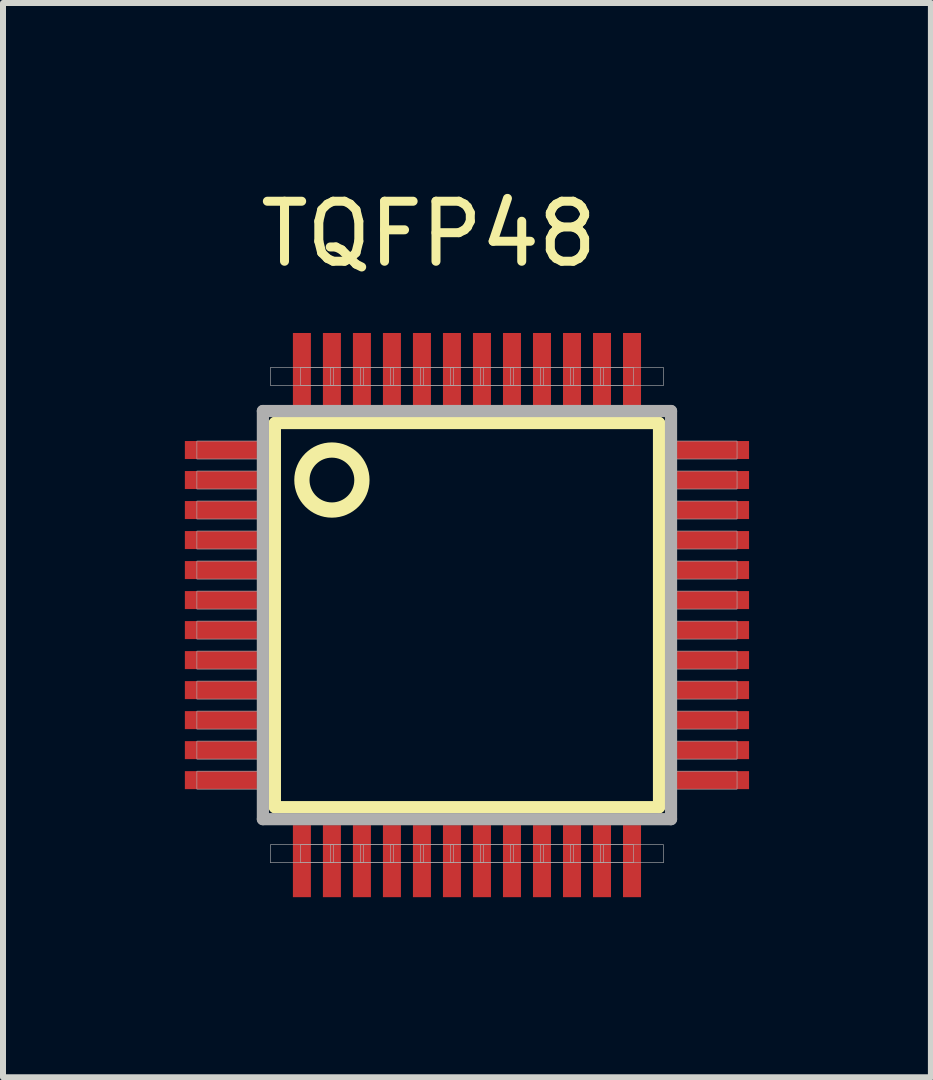
<source format=kicad_pcb>
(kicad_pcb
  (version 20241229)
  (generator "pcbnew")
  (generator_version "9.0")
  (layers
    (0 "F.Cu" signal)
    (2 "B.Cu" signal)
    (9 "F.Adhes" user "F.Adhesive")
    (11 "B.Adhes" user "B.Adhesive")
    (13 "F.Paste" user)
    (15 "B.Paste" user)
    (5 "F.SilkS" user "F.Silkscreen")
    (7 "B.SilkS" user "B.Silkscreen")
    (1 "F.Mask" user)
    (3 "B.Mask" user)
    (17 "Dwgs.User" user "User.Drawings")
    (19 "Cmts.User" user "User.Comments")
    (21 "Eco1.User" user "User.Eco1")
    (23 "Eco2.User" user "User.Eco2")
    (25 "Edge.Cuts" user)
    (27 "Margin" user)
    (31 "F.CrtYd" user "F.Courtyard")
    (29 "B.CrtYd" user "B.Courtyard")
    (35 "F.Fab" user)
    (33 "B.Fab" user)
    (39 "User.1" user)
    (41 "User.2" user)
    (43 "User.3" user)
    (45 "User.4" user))
  (footprint "TQFP48"
    (layer "F.Cu")
    (at 4.73 7.198)
    (property "Reference" "TQFP48" (at -0.635 -6.35 0) (layer "F.SilkS") (effects (font (size 1 1) (thickness 0.15))))
    (attr smd)
    (fp_poly (pts (xy -4.725 -2.925) (xy -3.475 -2.925) (xy -3.475 -2.575) (xy -4.725 -2.575)) (stroke (width 0.01) (type solid)) (fill yes) (layer "F.Mask"))
    (fp_poly (pts (xy -4.725 -2.425) (xy -3.475 -2.425) (xy -3.475 -2.075) (xy -4.725 -2.075)) (stroke (width 0.01) (type solid)) (fill yes) (layer "F.Mask"))
    (fp_poly (pts (xy -4.725 -1.925) (xy -3.475 -1.925) (xy -3.475 -1.575) (xy -4.725 -1.575)) (stroke (width 0.01) (type solid)) (fill yes) (layer "F.Mask"))
    (fp_poly (pts (xy -4.725 -1.425) (xy -3.475 -1.425) (xy -3.475 -1.075) (xy -4.725 -1.075)) (stroke (width 0.01) (type solid)) (fill yes) (layer "F.Mask"))
    (fp_poly (pts (xy -4.725 -0.925) (xy -3.475 -0.925) (xy -3.475 -0.575) (xy -4.725 -0.575)) (stroke (width 0.01) (type solid)) (fill yes) (layer "F.Mask"))
    (fp_poly (pts (xy -4.725 -0.425) (xy -3.475 -0.425) (xy -3.475 -0.075) (xy -4.725 -0.075)) (stroke (width 0.01) (type solid)) (fill yes) (layer "F.Mask"))
    (fp_poly (pts (xy -4.725 0.075) (xy -3.475 0.075) (xy -3.475 0.425) (xy -4.725 0.425)) (stroke (width 0.01) (type solid)) (fill yes) (layer "F.Mask"))
    (fp_poly (pts (xy -4.725 0.575) (xy -3.475 0.575) (xy -3.475 0.925) (xy -4.725 0.925)) (stroke (width 0.01) (type solid)) (fill yes) (layer "F.Mask"))
    (fp_poly (pts (xy -4.725 1.075) (xy -3.475 1.075) (xy -3.475 1.425) (xy -4.725 1.425)) (stroke (width 0.01) (type solid)) (fill yes) (layer "F.Mask"))
    (fp_poly (pts (xy -4.725 1.575) (xy -3.475 1.575) (xy -3.475 1.925) (xy -4.725 1.925)) (stroke (width 0.01) (type solid)) (fill yes) (layer "F.Mask"))
    (fp_poly (pts (xy -4.725 2.075) (xy -3.475 2.075) (xy -3.475 2.425) (xy -4.725 2.425)) (stroke (width 0.01) (type solid)) (fill yes) (layer "F.Mask"))
    (fp_poly (pts (xy -4.725 2.575) (xy -3.475 2.575) (xy -3.475 2.925) (xy -4.725 2.925)) (stroke (width 0.01) (type solid)) (fill yes) (layer "F.Mask"))
    (fp_poly (pts (xy -3.375 -4.275) (xy -2.125 -4.275) (xy -2.125 -3.925) (xy -3.375 -3.925)) (stroke (width 0.01) (type solid)) (fill yes) (layer "F.Mask"))
    (fp_poly (pts (xy -3.375 3.925) (xy -2.125 3.925) (xy -2.125 4.275) (xy -3.375 4.275)) (stroke (width 0.01) (type solid)) (fill yes) (layer "F.Mask"))
    (fp_poly (pts (xy -2.875 -4.275) (xy -1.625 -4.275) (xy -1.625 -3.925) (xy -2.875 -3.925)) (stroke (width 0.01) (type solid)) (fill yes) (layer "F.Mask"))
    (fp_poly (pts (xy -2.875 3.925) (xy -1.625 3.925) (xy -1.625 4.275) (xy -2.875 4.275)) (stroke (width 0.01) (type solid)) (fill yes) (layer "F.Mask"))
    (fp_poly (pts (xy -2.375 -4.275) (xy -1.125 -4.275) (xy -1.125 -3.925) (xy -2.375 -3.925)) (stroke (width 0.01) (type solid)) (fill yes) (layer "F.Mask"))
    (fp_poly (pts (xy -2.375 3.925) (xy -1.125 3.925) (xy -1.125 4.275) (xy -2.375 4.275)) (stroke (width 0.01) (type solid)) (fill yes) (layer "F.Mask"))
    (fp_poly (pts (xy -1.875 -4.275) (xy -0.625 -4.275) (xy -0.625 -3.925) (xy -1.875 -3.925)) (stroke (width 0.01) (type solid)) (fill yes) (layer "F.Mask"))
    (fp_poly (pts (xy -1.875 3.925) (xy -0.625 3.925) (xy -0.625 4.275) (xy -1.875 4.275)) (stroke (width 0.01) (type solid)) (fill yes) (layer "F.Mask"))
    (fp_poly (pts (xy -1.375 -4.275) (xy -0.125 -4.275) (xy -0.125 -3.925) (xy -1.375 -3.925)) (stroke (width 0.01) (type solid)) (fill yes) (layer "F.Mask"))
    (fp_poly (pts (xy -1.375 3.925) (xy -0.125 3.925) (xy -0.125 4.275) (xy -1.375 4.275)) (stroke (width 0.01) (type solid)) (fill yes) (layer "F.Mask"))
    (fp_poly (pts (xy -0.875 -4.275) (xy 0.375 -4.275) (xy 0.375 -3.925) (xy -0.875 -3.925)) (stroke (width 0.01) (type solid)) (fill yes) (layer "F.Mask"))
    (fp_poly (pts (xy -0.875 3.925) (xy 0.375 3.925) (xy 0.375 4.275) (xy -0.875 4.275)) (stroke (width 0.01) (type solid)) (fill yes) (layer "F.Mask"))
    (fp_poly (pts (xy -0.375 -4.275) (xy 0.875 -4.275) (xy 0.875 -3.925) (xy -0.375 -3.925)) (stroke (width 0.01) (type solid)) (fill yes) (layer "F.Mask"))
    (fp_poly (pts (xy -0.375 3.925) (xy 0.875 3.925) (xy 0.875 4.275) (xy -0.375 4.275)) (stroke (width 0.01) (type solid)) (fill yes) (layer "F.Mask"))
    (fp_poly (pts (xy 0.125 -4.275) (xy 1.375 -4.275) (xy 1.375 -3.925) (xy 0.125 -3.925)) (stroke (width 0.01) (type solid)) (fill yes) (layer "F.Mask"))
    (fp_poly (pts (xy 0.125 3.925) (xy 1.375 3.925) (xy 1.375 4.275) (xy 0.125 4.275)) (stroke (width 0.01) (type solid)) (fill yes) (layer "F.Mask"))
    (fp_poly (pts (xy 0.625 -4.275) (xy 1.875 -4.275) (xy 1.875 -3.925) (xy 0.625 -3.925)) (stroke (width 0.01) (type solid)) (fill yes) (layer "F.Mask"))
    (fp_poly (pts (xy 0.625 3.925) (xy 1.875 3.925) (xy 1.875 4.275) (xy 0.625 4.275)) (stroke (width 0.01) (type solid)) (fill yes) (layer "F.Mask"))
    (fp_poly (pts (xy 1.125 -4.275) (xy 2.375 -4.275) (xy 2.375 -3.925) (xy 1.125 -3.925)) (stroke (width 0.01) (type solid)) (fill yes) (layer "F.Mask"))
    (fp_poly (pts (xy 1.125 3.925) (xy 2.375 3.925) (xy 2.375 4.275) (xy 1.125 4.275)) (stroke (width 0.01) (type solid)) (fill yes) (layer "F.Mask"))
    (fp_poly (pts (xy 1.625 -4.275) (xy 2.875 -4.275) (xy 2.875 -3.925) (xy 1.625 -3.925)) (stroke (width 0.01) (type solid)) (fill yes) (layer "F.Mask"))
    (fp_poly (pts (xy 1.625 3.925) (xy 2.875 3.925) (xy 2.875 4.275) (xy 1.625 4.275)) (stroke (width 0.01) (type solid)) (fill yes) (layer "F.Mask"))
    (fp_poly (pts (xy 2.125 -4.275) (xy 3.375 -4.275) (xy 3.375 -3.925) (xy 2.125 -3.925)) (stroke (width 0.01) (type solid)) (fill yes) (layer "F.Mask"))
    (fp_poly (pts (xy 2.125 3.925) (xy 3.375 3.925) (xy 3.375 4.275) (xy 2.125 4.275)) (stroke (width 0.01) (type solid)) (fill yes) (layer "F.Mask"))
    (fp_poly (pts (xy 3.475 -2.925) (xy 4.725 -2.925) (xy 4.725 -2.575) (xy 3.475 -2.575)) (stroke (width 0.01) (type solid)) (fill yes) (layer "F.Mask"))
    (fp_poly (pts (xy 3.475 -2.425) (xy 4.725 -2.425) (xy 4.725 -2.075) (xy 3.475 -2.075)) (stroke (width 0.01) (type solid)) (fill yes) (layer "F.Mask"))
    (fp_poly (pts (xy 3.475 -1.925) (xy 4.725 -1.925) (xy 4.725 -1.575) (xy 3.475 -1.575)) (stroke (width 0.01) (type solid)) (fill yes) (layer "F.Mask"))
    (fp_poly (pts (xy 3.475 -1.425) (xy 4.725 -1.425) (xy 4.725 -1.075) (xy 3.475 -1.075)) (stroke (width 0.01) (type solid)) (fill yes) (layer "F.Mask"))
    (fp_poly (pts (xy 3.475 -0.925) (xy 4.725 -0.925) (xy 4.725 -0.575) (xy 3.475 -0.575)) (stroke (width 0.01) (type solid)) (fill yes) (layer "F.Mask"))
    (fp_poly (pts (xy 3.475 -0.425) (xy 4.725 -0.425) (xy 4.725 -0.075) (xy 3.475 -0.075)) (stroke (width 0.01) (type solid)) (fill yes) (layer "F.Mask"))
    (fp_poly (pts (xy 3.475 0.075) (xy 4.725 0.075) (xy 4.725 0.425) (xy 3.475 0.425)) (stroke (width 0.01) (type solid)) (fill yes) (layer "F.Mask"))
    (fp_poly (pts (xy 3.475 0.575) (xy 4.725 0.575) (xy 4.725 0.925) (xy 3.475 0.925)) (stroke (width 0.01) (type solid)) (fill yes) (layer "F.Mask"))
    (fp_poly (pts (xy 3.475 1.075) (xy 4.725 1.075) (xy 4.725 1.425) (xy 3.475 1.425)) (stroke (width 0.01) (type solid)) (fill yes) (layer "F.Mask"))
    (fp_poly (pts (xy 3.475 1.575) (xy 4.725 1.575) (xy 4.725 1.925) (xy 3.475 1.925)) (stroke (width 0.01) (type solid)) (fill yes) (layer "F.Mask"))
    (fp_poly (pts (xy 3.475 2.075) (xy 4.725 2.075) (xy 4.725 2.425) (xy 3.475 2.425)) (stroke (width 0.01) (type solid)) (fill yes) (layer "F.Mask"))
    (fp_poly (pts (xy 3.475 2.575) (xy 4.725 2.575) (xy 4.725 2.925) (xy 3.475 2.925)) (stroke (width 0.01) (type solid)) (fill yes) (layer "F.Mask"))
    (fp_line (start -3.2 -3.2) (end 3.2 -3.2) (stroke (width 0.203) (type solid)) (layer "F.SilkS"))
    (fp_line (start -3.2 3.2) (end -3.2 -3.2) (stroke (width 0.203) (type solid)) (layer "F.SilkS"))
    (fp_line (start 3.2 -3.2) (end 3.2 3.2) (stroke (width 0.203) (type solid)) (layer "F.SilkS"))
    (fp_line (start 3.2 3.2) (end -3.2 3.2) (stroke (width 0.203) (type solid)) (layer "F.SilkS"))
    (fp_circle (center -2.25 -2.25) (end -1.75 -2.25) (stroke (width 0.254) (type solid)) (fill no) (layer "F.SilkS"))
    (fp_poly (pts (xy -4.675 -2.875) (xy -3.525 -2.875) (xy -3.525 -2.625) (xy -4.675 -2.625)) (stroke (width 0.01) (type solid)) (fill yes) (layer "F.Paste"))
    (fp_poly (pts (xy -4.675 -2.375) (xy -3.525 -2.375) (xy -3.525 -2.125) (xy -4.675 -2.125)) (stroke (width 0.01) (type solid)) (fill yes) (layer "F.Paste"))
    (fp_poly (pts (xy -4.675 -1.875) (xy -3.525 -1.875) (xy -3.525 -1.625) (xy -4.675 -1.625)) (stroke (width 0.01) (type solid)) (fill yes) (layer "F.Paste"))
    (fp_poly (pts (xy -4.675 -1.375) (xy -3.525 -1.375) (xy -3.525 -1.125) (xy -4.675 -1.125)) (stroke (width 0.01) (type solid)) (fill yes) (layer "F.Paste"))
    (fp_poly (pts (xy -4.675 -0.875) (xy -3.525 -0.875) (xy -3.525 -0.625) (xy -4.675 -0.625)) (stroke (width 0.01) (type solid)) (fill yes) (layer "F.Paste"))
    (fp_poly (pts (xy -4.675 -0.375) (xy -3.525 -0.375) (xy -3.525 -0.125) (xy -4.675 -0.125)) (stroke (width 0.01) (type solid)) (fill yes) (layer "F.Paste"))
    (fp_poly (pts (xy -4.675 0.125) (xy -3.525 0.125) (xy -3.525 0.375) (xy -4.675 0.375)) (stroke (width 0.01) (type solid)) (fill yes) (layer "F.Paste"))
    (fp_poly (pts (xy -4.675 0.625) (xy -3.525 0.625) (xy -3.525 0.875) (xy -4.675 0.875)) (stroke (width 0.01) (type solid)) (fill yes) (layer "F.Paste"))
    (fp_poly (pts (xy -4.675 1.125) (xy -3.525 1.125) (xy -3.525 1.375) (xy -4.675 1.375)) (stroke (width 0.01) (type solid)) (fill yes) (layer "F.Paste"))
    (fp_poly (pts (xy -4.675 1.625) (xy -3.525 1.625) (xy -3.525 1.875) (xy -4.675 1.875)) (stroke (width 0.01) (type solid)) (fill yes) (layer "F.Paste"))
    (fp_poly (pts (xy -4.675 2.125) (xy -3.525 2.125) (xy -3.525 2.375) (xy -4.675 2.375)) (stroke (width 0.01) (type solid)) (fill yes) (layer "F.Paste"))
    (fp_poly (pts (xy -4.675 2.625) (xy -3.525 2.625) (xy -3.525 2.875) (xy -4.675 2.875)) (stroke (width 0.01) (type solid)) (fill yes) (layer "F.Paste"))
    (fp_poly (pts (xy -3.325 -4.225) (xy -2.175 -4.225) (xy -2.175 -3.975) (xy -3.325 -3.975)) (stroke (width 0.01) (type solid)) (fill yes) (layer "F.Paste"))
    (fp_poly (pts (xy -3.325 3.975) (xy -2.175 3.975) (xy -2.175 4.225) (xy -3.325 4.225)) (stroke (width 0.01) (type solid)) (fill yes) (layer "F.Paste"))
    (fp_poly (pts (xy -2.825 -4.225) (xy -1.675 -4.225) (xy -1.675 -3.975) (xy -2.825 -3.975)) (stroke (width 0.01) (type solid)) (fill yes) (layer "F.Paste"))
    (fp_poly (pts (xy -2.825 3.975) (xy -1.675 3.975) (xy -1.675 4.225) (xy -2.825 4.225)) (stroke (width 0.01) (type solid)) (fill yes) (layer "F.Paste"))
    (fp_poly (pts (xy -2.325 -4.225) (xy -1.175 -4.225) (xy -1.175 -3.975) (xy -2.325 -3.975)) (stroke (width 0.01) (type solid)) (fill yes) (layer "F.Paste"))
    (fp_poly (pts (xy -2.325 3.975) (xy -1.175 3.975) (xy -1.175 4.225) (xy -2.325 4.225)) (stroke (width 0.01) (type solid)) (fill yes) (layer "F.Paste"))
    (fp_poly (pts (xy -1.825 -4.225) (xy -0.675 -4.225) (xy -0.675 -3.975) (xy -1.825 -3.975)) (stroke (width 0.01) (type solid)) (fill yes) (layer "F.Paste"))
    (fp_poly (pts (xy -1.825 3.975) (xy -0.675 3.975) (xy -0.675 4.225) (xy -1.825 4.225)) (stroke (width 0.01) (type solid)) (fill yes) (layer "F.Paste"))
    (fp_poly (pts (xy -1.325 -4.225) (xy -0.175 -4.225) (xy -0.175 -3.975) (xy -1.325 -3.975)) (stroke (width 0.01) (type solid)) (fill yes) (layer "F.Paste"))
    (fp_poly (pts (xy -1.325 3.975) (xy -0.175 3.975) (xy -0.175 4.225) (xy -1.325 4.225)) (stroke (width 0.01) (type solid)) (fill yes) (layer "F.Paste"))
    (fp_poly (pts (xy -0.95 -0.95) (xy 0.95 -0.95) (xy 0.95 0.95) (xy -0.95 0.95)) (stroke (width 0.01) (type solid)) (fill yes) (layer "F.Paste"))
    (fp_poly (pts (xy -0.825 -4.225) (xy 0.325 -4.225) (xy 0.325 -3.975) (xy -0.825 -3.975)) (stroke (width 0.01) (type solid)) (fill yes) (layer "F.Paste"))
    (fp_poly (pts (xy -0.825 3.975) (xy 0.325 3.975) (xy 0.325 4.225) (xy -0.825 4.225)) (stroke (width 0.01) (type solid)) (fill yes) (layer "F.Paste"))
    (fp_poly (pts (xy -0.325 -4.225) (xy 0.825 -4.225) (xy 0.825 -3.975) (xy -0.325 -3.975)) (stroke (width 0.01) (type solid)) (fill yes) (layer "F.Paste"))
    (fp_poly (pts (xy -0.325 3.975) (xy 0.825 3.975) (xy 0.825 4.225) (xy -0.325 4.225)) (stroke (width 0.01) (type solid)) (fill yes) (layer "F.Paste"))
    (fp_poly (pts (xy 0.175 -4.225) (xy 1.325 -4.225) (xy 1.325 -3.975) (xy 0.175 -3.975)) (stroke (width 0.01) (type solid)) (fill yes) (layer "F.Paste"))
    (fp_poly (pts (xy 0.175 3.975) (xy 1.325 3.975) (xy 1.325 4.225) (xy 0.175 4.225)) (stroke (width 0.01) (type solid)) (fill yes) (layer "F.Paste"))
    (fp_poly (pts (xy 0.675 -4.225) (xy 1.825 -4.225) (xy 1.825 -3.975) (xy 0.675 -3.975)) (stroke (width 0.01) (type solid)) (fill yes) (layer "F.Paste"))
    (fp_poly (pts (xy 0.675 3.975) (xy 1.825 3.975) (xy 1.825 4.225) (xy 0.675 4.225)) (stroke (width 0.01) (type solid)) (fill yes) (layer "F.Paste"))
    (fp_poly (pts (xy 1.175 -4.225) (xy 2.325 -4.225) (xy 2.325 -3.975) (xy 1.175 -3.975)) (stroke (width 0.01) (type solid)) (fill yes) (layer "F.Paste"))
    (fp_poly (pts (xy 1.175 3.975) (xy 2.325 3.975) (xy 2.325 4.225) (xy 1.175 4.225)) (stroke (width 0.01) (type solid)) (fill yes) (layer "F.Paste"))
    (fp_poly (pts (xy 1.675 -4.225) (xy 2.825 -4.225) (xy 2.825 -3.975) (xy 1.675 -3.975)) (stroke (width 0.01) (type solid)) (fill yes) (layer "F.Paste"))
    (fp_poly (pts (xy 1.675 3.975) (xy 2.825 3.975) (xy 2.825 4.225) (xy 1.675 4.225)) (stroke (width 0.01) (type solid)) (fill yes) (layer "F.Paste"))
    (fp_poly (pts (xy 2.175 -4.225) (xy 3.325 -4.225) (xy 3.325 -3.975) (xy 2.175 -3.975)) (stroke (width 0.01) (type solid)) (fill yes) (layer "F.Paste"))
    (fp_poly (pts (xy 2.175 3.975) (xy 3.325 3.975) (xy 3.325 4.225) (xy 2.175 4.225)) (stroke (width 0.01) (type solid)) (fill yes) (layer "F.Paste"))
    (fp_poly (pts (xy 3.525 -2.875) (xy 4.675 -2.875) (xy 4.675 -2.625) (xy 3.525 -2.625)) (stroke (width 0.01) (type solid)) (fill yes) (layer "F.Paste"))
    (fp_poly (pts (xy 3.525 -2.375) (xy 4.675 -2.375) (xy 4.675 -2.125) (xy 3.525 -2.125)) (stroke (width 0.01) (type solid)) (fill yes) (layer "F.Paste"))
    (fp_poly (pts (xy 3.525 -1.875) (xy 4.675 -1.875) (xy 4.675 -1.625) (xy 3.525 -1.625)) (stroke (width 0.01) (type solid)) (fill yes) (layer "F.Paste"))
    (fp_poly (pts (xy 3.525 -1.375) (xy 4.675 -1.375) (xy 4.675 -1.125) (xy 3.525 -1.125)) (stroke (width 0.01) (type solid)) (fill yes) (layer "F.Paste"))
    (fp_poly (pts (xy 3.525 -0.875) (xy 4.675 -0.875) (xy 4.675 -0.625) (xy 3.525 -0.625)) (stroke (width 0.01) (type solid)) (fill yes) (layer "F.Paste"))
    (fp_poly (pts (xy 3.525 -0.375) (xy 4.675 -0.375) (xy 4.675 -0.125) (xy 3.525 -0.125)) (stroke (width 0.01) (type solid)) (fill yes) (layer "F.Paste"))
    (fp_poly (pts (xy 3.525 0.125) (xy 4.675 0.125) (xy 4.675 0.375) (xy 3.525 0.375)) (stroke (width 0.01) (type solid)) (fill yes) (layer "F.Paste"))
    (fp_poly (pts (xy 3.525 0.625) (xy 4.675 0.625) (xy 4.675 0.875) (xy 3.525 0.875)) (stroke (width 0.01) (type solid)) (fill yes) (layer "F.Paste"))
    (fp_poly (pts (xy 3.525 1.125) (xy 4.675 1.125) (xy 4.675 1.375) (xy 3.525 1.375)) (stroke (width 0.01) (type solid)) (fill yes) (layer "F.Paste"))
    (fp_poly (pts (xy 3.525 1.625) (xy 4.675 1.625) (xy 4.675 1.875) (xy 3.525 1.875)) (stroke (width 0.01) (type solid)) (fill yes) (layer "F.Paste"))
    (fp_poly (pts (xy 3.525 2.125) (xy 4.675 2.125) (xy 4.675 2.375) (xy 3.525 2.375)) (stroke (width 0.01) (type solid)) (fill yes) (layer "F.Paste"))
    (fp_poly (pts (xy 3.525 2.625) (xy 4.675 2.625) (xy 4.675 2.875) (xy 3.525 2.875)) (stroke (width 0.01) (type solid)) (fill yes) (layer "F.Paste"))
    (fp_line (start -3.4 -3.4) (end -3.4 3.4) (stroke (width 0.203) (type solid)) (layer "F.Fab"))
    (fp_line (start -3.4 3.4) (end 3.4 3.4) (stroke (width 0.203) (type solid)) (layer "F.Fab"))
    (fp_line (start 3.4 -3.4) (end -3.4 -3.4) (stroke (width 0.203) (type solid)) (layer "F.Fab"))
    (fp_line (start 3.4 3.4) (end 3.4 -3.4) (stroke (width 0.203) (type solid)) (layer "F.Fab"))
    (fp_poly (pts (xy -4.5 -2.9) (xy -3.45 -2.9) (xy -3.45 -2.6) (xy -4.5 -2.6)) (stroke (width 0.01) (type solid)) (fill no) (layer "F.Fab"))
    (fp_poly (pts (xy -4.5 -2.4) (xy -3.45 -2.4) (xy -3.45 -2.1) (xy -4.5 -2.1)) (stroke (width 0.01) (type solid)) (fill no) (layer "F.Fab"))
    (fp_poly (pts (xy -4.5 -1.9) (xy -3.45 -1.9) (xy -3.45 -1.6) (xy -4.5 -1.6)) (stroke (width 0.01) (type solid)) (fill no) (layer "F.Fab"))
    (fp_poly (pts (xy -4.5 -1.4) (xy -3.45 -1.4) (xy -3.45 -1.1) (xy -4.5 -1.1)) (stroke (width 0.01) (type solid)) (fill no) (layer "F.Fab"))
    (fp_poly (pts (xy -4.5 -0.9) (xy -3.45 -0.9) (xy -3.45 -0.6) (xy -4.5 -0.6)) (stroke (width 0.01) (type solid)) (fill no) (layer "F.Fab"))
    (fp_poly (pts (xy -4.5 -0.4) (xy -3.45 -0.4) (xy -3.45 -0.1) (xy -4.5 -0.1)) (stroke (width 0.01) (type solid)) (fill no) (layer "F.Fab"))
    (fp_poly (pts (xy -4.5 0.1) (xy -3.45 0.1) (xy -3.45 0.4) (xy -4.5 0.4)) (stroke (width 0.01) (type solid)) (fill no) (layer "F.Fab"))
    (fp_poly (pts (xy -4.5 0.6) (xy -3.45 0.6) (xy -3.45 0.9) (xy -4.5 0.9)) (stroke (width 0.01) (type solid)) (fill no) (layer "F.Fab"))
    (fp_poly (pts (xy -4.5 1.1) (xy -3.45 1.1) (xy -3.45 1.4) (xy -4.5 1.4)) (stroke (width 0.01) (type solid)) (fill no) (layer "F.Fab"))
    (fp_poly (pts (xy -4.5 1.6) (xy -3.45 1.6) (xy -3.45 1.9) (xy -4.5 1.9)) (stroke (width 0.01) (type solid)) (fill no) (layer "F.Fab"))
    (fp_poly (pts (xy -4.5 2.1) (xy -3.45 2.1) (xy -3.45 2.4) (xy -4.5 2.4)) (stroke (width 0.01) (type solid)) (fill no) (layer "F.Fab"))
    (fp_poly (pts (xy -4.5 2.6) (xy -3.45 2.6) (xy -3.45 2.9) (xy -4.5 2.9)) (stroke (width 0.01) (type solid)) (fill no) (layer "F.Fab"))
    (fp_poly (pts (xy -3.275 -4.125) (xy -2.225 -4.125) (xy -2.225 -3.825) (xy -3.275 -3.825)) (stroke (width 0.01) (type solid)) (fill no) (layer "F.Fab"))
    (fp_poly (pts (xy -3.275 3.825) (xy -2.225 3.825) (xy -2.225 4.125) (xy -3.275 4.125)) (stroke (width 0.01) (type solid)) (fill no) (layer "F.Fab"))
    (fp_poly (pts (xy -2.775 -4.125) (xy -1.725 -4.125) (xy -1.725 -3.825) (xy -2.775 -3.825)) (stroke (width 0.01) (type solid)) (fill no) (layer "F.Fab"))
    (fp_poly (pts (xy -2.775 3.825) (xy -1.725 3.825) (xy -1.725 4.125) (xy -2.775 4.125)) (stroke (width 0.01) (type solid)) (fill no) (layer "F.Fab"))
    (fp_poly (pts (xy -2.275 -4.125) (xy -1.225 -4.125) (xy -1.225 -3.825) (xy -2.275 -3.825)) (stroke (width 0.01) (type solid)) (fill no) (layer "F.Fab"))
    (fp_poly (pts (xy -2.275 3.825) (xy -1.225 3.825) (xy -1.225 4.125) (xy -2.275 4.125)) (stroke (width 0.01) (type solid)) (fill no) (layer "F.Fab"))
    (fp_poly (pts (xy -1.775 -4.125) (xy -0.725 -4.125) (xy -0.725 -3.825) (xy -1.775 -3.825)) (stroke (width 0.01) (type solid)) (fill no) (layer "F.Fab"))
    (fp_poly (pts (xy -1.775 3.825) (xy -0.725 3.825) (xy -0.725 4.125) (xy -1.775 4.125)) (stroke (width 0.01) (type solid)) (fill no) (layer "F.Fab"))
    (fp_poly (pts (xy -1.275 -4.125) (xy -0.225 -4.125) (xy -0.225 -3.825) (xy -1.275 -3.825)) (stroke (width 0.01) (type solid)) (fill no) (layer "F.Fab"))
    (fp_poly (pts (xy -1.275 3.825) (xy -0.225 3.825) (xy -0.225 4.125) (xy -1.275 4.125)) (stroke (width 0.01) (type solid)) (fill no) (layer "F.Fab"))
    (fp_poly (pts (xy -0.775 -4.125) (xy 0.275 -4.125) (xy 0.275 -3.825) (xy -0.775 -3.825)) (stroke (width 0.01) (type solid)) (fill no) (layer "F.Fab"))
    (fp_poly (pts (xy -0.775 3.825) (xy 0.275 3.825) (xy 0.275 4.125) (xy -0.775 4.125)) (stroke (width 0.01) (type solid)) (fill no) (layer "F.Fab"))
    (fp_poly (pts (xy -0.275 -4.125) (xy 0.775 -4.125) (xy 0.775 -3.825) (xy -0.275 -3.825)) (stroke (width 0.01) (type solid)) (fill no) (layer "F.Fab"))
    (fp_poly (pts (xy -0.275 3.825) (xy 0.775 3.825) (xy 0.775 4.125) (xy -0.275 4.125)) (stroke (width 0.01) (type solid)) (fill no) (layer "F.Fab"))
    (fp_poly (pts (xy 0.225 -4.125) (xy 1.275 -4.125) (xy 1.275 -3.825) (xy 0.225 -3.825)) (stroke (width 0.01) (type solid)) (fill no) (layer "F.Fab"))
    (fp_poly (pts (xy 0.225 3.825) (xy 1.275 3.825) (xy 1.275 4.125) (xy 0.225 4.125)) (stroke (width 0.01) (type solid)) (fill no) (layer "F.Fab"))
    (fp_poly (pts (xy 0.725 -4.125) (xy 1.775 -4.125) (xy 1.775 -3.825) (xy 0.725 -3.825)) (stroke (width 0.01) (type solid)) (fill no) (layer "F.Fab"))
    (fp_poly (pts (xy 0.725 3.825) (xy 1.775 3.825) (xy 1.775 4.125) (xy 0.725 4.125)) (stroke (width 0.01) (type solid)) (fill no) (layer "F.Fab"))
    (fp_poly (pts (xy 1.225 -4.125) (xy 2.275 -4.125) (xy 2.275 -3.825) (xy 1.225 -3.825)) (stroke (width 0.01) (type solid)) (fill no) (layer "F.Fab"))
    (fp_poly (pts (xy 1.225 3.825) (xy 2.275 3.825) (xy 2.275 4.125) (xy 1.225 4.125)) (stroke (width 0.01) (type solid)) (fill no) (layer "F.Fab"))
    (fp_poly (pts (xy 1.725 -4.125) (xy 2.775 -4.125) (xy 2.775 -3.825) (xy 1.725 -3.825)) (stroke (width 0.01) (type solid)) (fill no) (layer "F.Fab"))
    (fp_poly (pts (xy 1.725 3.825) (xy 2.775 3.825) (xy 2.775 4.125) (xy 1.725 4.125)) (stroke (width 0.01) (type solid)) (fill no) (layer "F.Fab"))
    (fp_poly (pts (xy 2.225 -4.125) (xy 3.275 -4.125) (xy 3.275 -3.825) (xy 2.225 -3.825)) (stroke (width 0.01) (type solid)) (fill no) (layer "F.Fab"))
    (fp_poly (pts (xy 2.225 3.825) (xy 3.275 3.825) (xy 3.275 4.125) (xy 2.225 4.125)) (stroke (width 0.01) (type solid)) (fill no) (layer "F.Fab"))
    (fp_poly (pts (xy 3.45 -2.9) (xy 4.5 -2.9) (xy 4.5 -2.6) (xy 3.45 -2.6)) (stroke (width 0.01) (type solid)) (fill no) (layer "F.Fab"))
    (fp_poly (pts (xy 3.45 -2.4) (xy 4.5 -2.4) (xy 4.5 -2.1) (xy 3.45 -2.1)) (stroke (width 0.01) (type solid)) (fill no) (layer "F.Fab"))
    (fp_poly (pts (xy 3.45 -1.9) (xy 4.5 -1.9) (xy 4.5 -1.6) (xy 3.45 -1.6)) (stroke (width 0.01) (type solid)) (fill no) (layer "F.Fab"))
    (fp_poly (pts (xy 3.45 -1.4) (xy 4.5 -1.4) (xy 4.5 -1.1) (xy 3.45 -1.1)) (stroke (width 0.01) (type solid)) (fill no) (layer "F.Fab"))
    (fp_poly (pts (xy 3.45 -0.9) (xy 4.5 -0.9) (xy 4.5 -0.6) (xy 3.45 -0.6)) (stroke (width 0.01) (type solid)) (fill no) (layer "F.Fab"))
    (fp_poly (pts (xy 3.45 -0.4) (xy 4.5 -0.4) (xy 4.5 -0.1) (xy 3.45 -0.1)) (stroke (width 0.01) (type solid)) (fill no) (layer "F.Fab"))
    (fp_poly (pts (xy 3.45 0.1) (xy 4.5 0.1) (xy 4.5 0.4) (xy 3.45 0.4)) (stroke (width 0.01) (type solid)) (fill no) (layer "F.Fab"))
    (fp_poly (pts (xy 3.45 0.6) (xy 4.5 0.6) (xy 4.5 0.9) (xy 3.45 0.9)) (stroke (width 0.01) (type solid)) (fill no) (layer "F.Fab"))
    (fp_poly (pts (xy 3.45 1.1) (xy 4.5 1.1) (xy 4.5 1.4) (xy 3.45 1.4)) (stroke (width 0.01) (type solid)) (fill no) (layer "F.Fab"))
    (fp_poly (pts (xy 3.45 1.6) (xy 4.5 1.6) (xy 4.5 1.9) (xy 3.45 1.9)) (stroke (width 0.01) (type solid)) (fill no) (layer "F.Fab"))
    (fp_poly (pts (xy 3.45 2.1) (xy 4.5 2.1) (xy 4.5 2.4) (xy 3.45 2.4)) (stroke (width 0.01) (type solid)) (fill no) (layer "F.Fab"))
    (fp_poly (pts (xy 3.45 2.6) (xy 4.5 2.6) (xy 4.5 2.9) (xy 3.45 2.9)) (stroke (width 0.01) (type solid)) (fill no) (layer "F.Fab"))
    (pad "1" smd rect (at -4.1 -2.75 270) (size 0.3 1.2) (layers "F.Cu"))
    (pad "2" smd rect (at -4.1 -2.25 270) (size 0.3 1.2) (layers "F.Cu"))
    (pad "3" smd rect (at -4.1 -1.75 270) (size 0.3 1.2) (layers "F.Cu"))
    (pad "4" smd rect (at -4.1 -1.25 270) (size 0.3 1.2) (layers "F.Cu"))
    (pad "5" smd rect (at -4.1 -0.75 270) (size 0.3 1.2) (layers "F.Cu"))
    (pad "6" smd rect (at -4.1 -0.25 270) (size 0.3 1.2) (layers "F.Cu"))
    (pad "7" smd rect (at -4.1 0.25 270) (size 0.3 1.2) (layers "F.Cu"))
    (pad "8" smd rect (at -4.1 0.75 270) (size 0.3 1.2) (layers "F.Cu"))
    (pad "9" smd rect (at -4.1 1.25 270) (size 0.3 1.2) (layers "F.Cu"))
    (pad "10" smd rect (at -4.1 1.75 270) (size 0.3 1.2) (layers "F.Cu"))
    (pad "11" smd rect (at -4.1 2.25 270) (size 0.3 1.2) (layers "F.Cu"))
    (pad "12" smd rect (at -4.1 2.75 270) (size 0.3 1.2) (layers "F.Cu"))
    (pad "13" smd rect (at -2.75 4.1 270) (size 1.2 0.3) (layers "F.Cu"))
    (pad "14" smd rect (at -2.25 4.1 270) (size 1.2 0.3) (layers "F.Cu"))
    (pad "15" smd rect (at -1.75 4.1 270) (size 1.2 0.3) (layers "F.Cu"))
    (pad "16" smd rect (at -1.25 4.1 270) (size 1.2 0.3) (layers "F.Cu"))
    (pad "17" smd rect (at -0.75 4.1 270) (size 1.2 0.3) (layers "F.Cu"))
    (pad "18" smd rect (at -0.25 4.1 270) (size 1.2 0.3) (layers "F.Cu"))
    (pad "19" smd rect (at 0.25 4.1 270) (size 1.2 0.3) (layers "F.Cu"))
    (pad "20" smd rect (at 0.75 4.1 270) (size 1.2 0.3) (layers "F.Cu"))
    (pad "21" smd rect (at 1.25 4.1 270) (size 1.2 0.3) (layers "F.Cu"))
    (pad "22" smd rect (at 1.75 4.1 270) (size 1.2 0.3) (layers "F.Cu"))
    (pad "23" smd rect (at 2.25 4.1 270) (size 1.2 0.3) (layers "F.Cu"))
    (pad "24" smd rect (at 2.75 4.1 270) (size 1.2 0.3) (layers "F.Cu"))
    (pad "25" smd rect (at 4.1 2.75 270) (size 0.3 1.2) (layers "F.Cu"))
    (pad "26" smd rect (at 4.1 2.25 270) (size 0.3 1.2) (layers "F.Cu"))
    (pad "27" smd rect (at 4.1 1.75 270) (size 0.3 1.2) (layers "F.Cu"))
    (pad "28" smd rect (at 4.1 1.25 270) (size 0.3 1.2) (layers "F.Cu"))
    (pad "29" smd rect (at 4.1 0.75 270) (size 0.3 1.2) (layers "F.Cu"))
    (pad "30" smd rect (at 4.1 0.25 270) (size 0.3 1.2) (layers "F.Cu"))
    (pad "31" smd rect (at 4.1 -0.25 270) (size 0.3 1.2) (layers "F.Cu"))
    (pad "32" smd rect (at 4.1 -0.75 270) (size 0.3 1.2) (layers "F.Cu"))
    (pad "33" smd rect (at 4.1 -1.25 270) (size 0.3 1.2) (layers "F.Cu"))
    (pad "34" smd rect (at 4.1 -1.75 270) (size 0.3 1.2) (layers "F.Cu"))
    (pad "35" smd rect (at 4.1 -2.25 270) (size 0.3 1.2) (layers "F.Cu"))
    (pad "36" smd rect (at 4.1 -2.75 270) (size 0.3 1.2) (layers "F.Cu"))
    (pad "37" smd rect (at 2.75 -4.1 270) (size 1.2 0.3) (layers "F.Cu"))
    (pad "38" smd rect (at 2.25 -4.1 270) (size 1.2 0.3) (layers "F.Cu"))
    (pad "39" smd rect (at 1.75 -4.1 270) (size 1.2 0.3) (layers "F.Cu"))
    (pad "40" smd rect (at 1.25 -4.1 270) (size 1.2 0.3) (layers "F.Cu"))
    (pad "41" smd rect (at 0.75 -4.1 270) (size 1.2 0.3) (layers "F.Cu"))
    (pad "42" smd rect (at 0.25 -4.1 270) (size 1.2 0.3) (layers "F.Cu"))
    (pad "43" smd rect (at -0.25 -4.1 270) (size 1.2 0.3) (layers "F.Cu"))
    (pad "44" smd rect (at -0.75 -4.1 270) (size 1.2 0.3) (layers "F.Cu"))
    (pad "45" smd rect (at -1.25 -4.1 270) (size 1.2 0.3) (layers "F.Cu"))
    (pad "46" smd rect (at -1.75 -4.1 270) (size 1.2 0.3) (layers "F.Cu"))
    (pad "47" smd rect (at -2.25 -4.1 270) (size 1.2 0.3) (layers "F.Cu"))
    (pad "48" smd rect (at -2.75 -4.1 270) (size 1.2 0.3) (layers "F.Cu")))
  (gr_rect
    (start -3 -3)
    (end 12.46 14.898)
    (stroke (width 0.1) (type default))
    (fill no)
    (layer "Edge.Cuts")))
</source>
